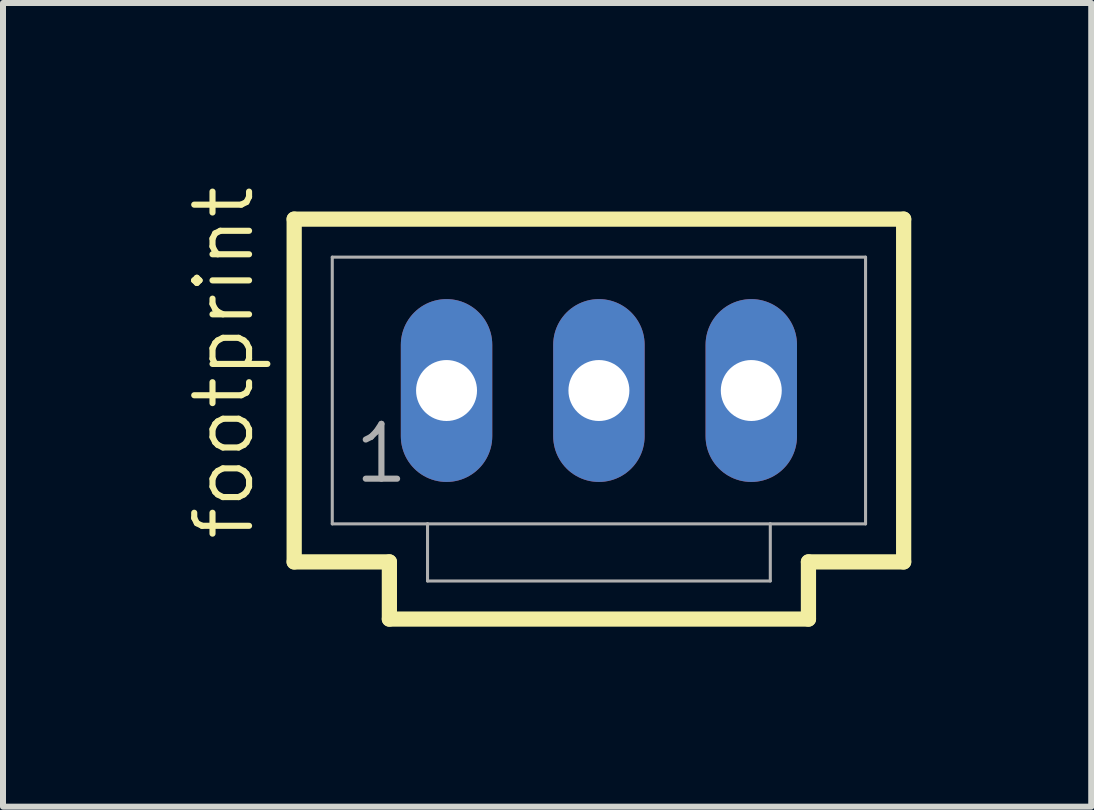
<source format=kicad_pcb>
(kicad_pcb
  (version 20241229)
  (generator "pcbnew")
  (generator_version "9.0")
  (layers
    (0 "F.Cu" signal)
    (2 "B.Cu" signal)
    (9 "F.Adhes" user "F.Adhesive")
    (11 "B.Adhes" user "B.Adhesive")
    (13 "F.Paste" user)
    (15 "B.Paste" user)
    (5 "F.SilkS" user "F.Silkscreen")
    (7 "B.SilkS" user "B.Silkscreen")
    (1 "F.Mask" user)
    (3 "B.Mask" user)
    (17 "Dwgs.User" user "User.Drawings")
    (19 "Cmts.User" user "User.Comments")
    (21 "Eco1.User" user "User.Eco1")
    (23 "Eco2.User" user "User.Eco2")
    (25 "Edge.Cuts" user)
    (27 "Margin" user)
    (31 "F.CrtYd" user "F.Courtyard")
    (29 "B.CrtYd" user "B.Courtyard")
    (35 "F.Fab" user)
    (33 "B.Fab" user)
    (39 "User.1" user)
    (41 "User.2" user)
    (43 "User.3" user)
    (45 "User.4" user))
  (footprint "footprint"
    (layer "F.Cu")
    (at 6.934 3.46)
    (property "Reference" "footprint" (at -5.715 2.54 90) (layer "F.SilkS") (effects (font (size 0.914 0.914) (thickness 0.102)) (justify left bottom)))
    (fp_line (start -5.08 -2.857) (end -5.08 2.857) (stroke (width 0.254) (type solid)) (layer "F.SilkS"))
    (fp_line (start -5.08 2.857) (end -3.493 2.857) (stroke (width 0.254) (type solid)) (layer "F.SilkS"))
    (fp_line (start -3.493 2.857) (end -3.493 3.81) (stroke (width 0.254) (type solid)) (layer "F.SilkS"))
    (fp_line (start -3.493 3.81) (end 3.493 3.81) (stroke (width 0.254) (type solid)) (layer "F.SilkS"))
    (fp_line (start 3.493 2.857) (end 5.08 2.857) (stroke (width 0.254) (type solid)) (layer "F.SilkS"))
    (fp_line (start 3.493 3.81) (end 3.493 2.857) (stroke (width 0.254) (type solid)) (layer "F.SilkS"))
    (fp_line (start 5.08 -2.857) (end -5.08 -2.857) (stroke (width 0.254) (type solid)) (layer "F.SilkS"))
    (fp_line (start 5.08 2.857) (end 5.08 -2.857) (stroke (width 0.254) (type solid)) (layer "F.SilkS"))
    (fp_line (start -4.445 -2.223) (end -4.445 2.223) (stroke (width 0.051) (type solid)) (layer "F.Fab"))
    (fp_line (start -4.445 -2.223) (end 4.445 -2.223) (stroke (width 0.051) (type solid)) (layer "F.Fab"))
    (fp_line (start -4.445 2.223) (end -2.857 2.223) (stroke (width 0.051) (type solid)) (layer "F.Fab"))
    (fp_line (start -2.857 2.223) (end -2.857 3.175) (stroke (width 0.051) (type solid)) (layer "F.Fab"))
    (fp_line (start -2.857 2.223) (end 2.857 2.223) (stroke (width 0.051) (type solid)) (layer "F.Fab"))
    (fp_line (start 2.857 2.223) (end 2.857 3.175) (stroke (width 0.051) (type solid)) (layer "F.Fab"))
    (fp_line (start 2.857 2.223) (end 4.445 2.223) (stroke (width 0.051) (type solid)) (layer "F.Fab"))
    (fp_line (start 2.857 3.175) (end -2.857 3.175) (stroke (width 0.051) (type solid)) (layer "F.Fab"))
    (fp_line (start 4.445 -2.223) (end 4.445 2.223) (stroke (width 0.051) (type solid)) (layer "F.Fab"))
    (fp_poly (pts (xy -2.778 0.238) (xy -2.302 0.238) (xy -2.302 -0.238) (xy -2.778 -0.238)) (stroke (width 0.1) (type solid)) (fill no) (layer "F.Fab"))
    (fp_poly (pts (xy -0.238 0.238) (xy 0.238 0.238) (xy 0.238 -0.238) (xy -0.238 -0.238)) (stroke (width 0.1) (type solid)) (fill no) (layer "F.Fab"))
    (fp_poly (pts (xy 2.302 0.238) (xy 2.778 0.238) (xy 2.778 -0.238) (xy 2.302 -0.238)) (stroke (width 0.1) (type solid)) (fill no) (layer "F.Fab"))
    (fp_text user "1" (at -4.128 1.587 0) (layer "F.Fab") (effects (font (size 0.914 0.914) (thickness 0.102)) (justify left bottom)))
    (pad "1" thru_hole oval (at -2.54 0 90) (size 3.048 1.524) (drill 1.016) (layers "*.Cu" "*.Mask"))
    (pad "2" thru_hole oval (at 0 0 90) (size 3.048 1.524) (drill 1.016) (layers "*.Cu" "*.Mask"))
    (pad "3" thru_hole oval (at 2.54 0 90) (size 3.048 1.524) (drill 1.016) (layers "*.Cu" "*.Mask")))
  (gr_rect
    (start -3 -3)
    (end 15.141 10.397)
    (stroke (width 0.1) (type default))
    (fill no)
    (layer "Edge.Cuts")))
</source>
